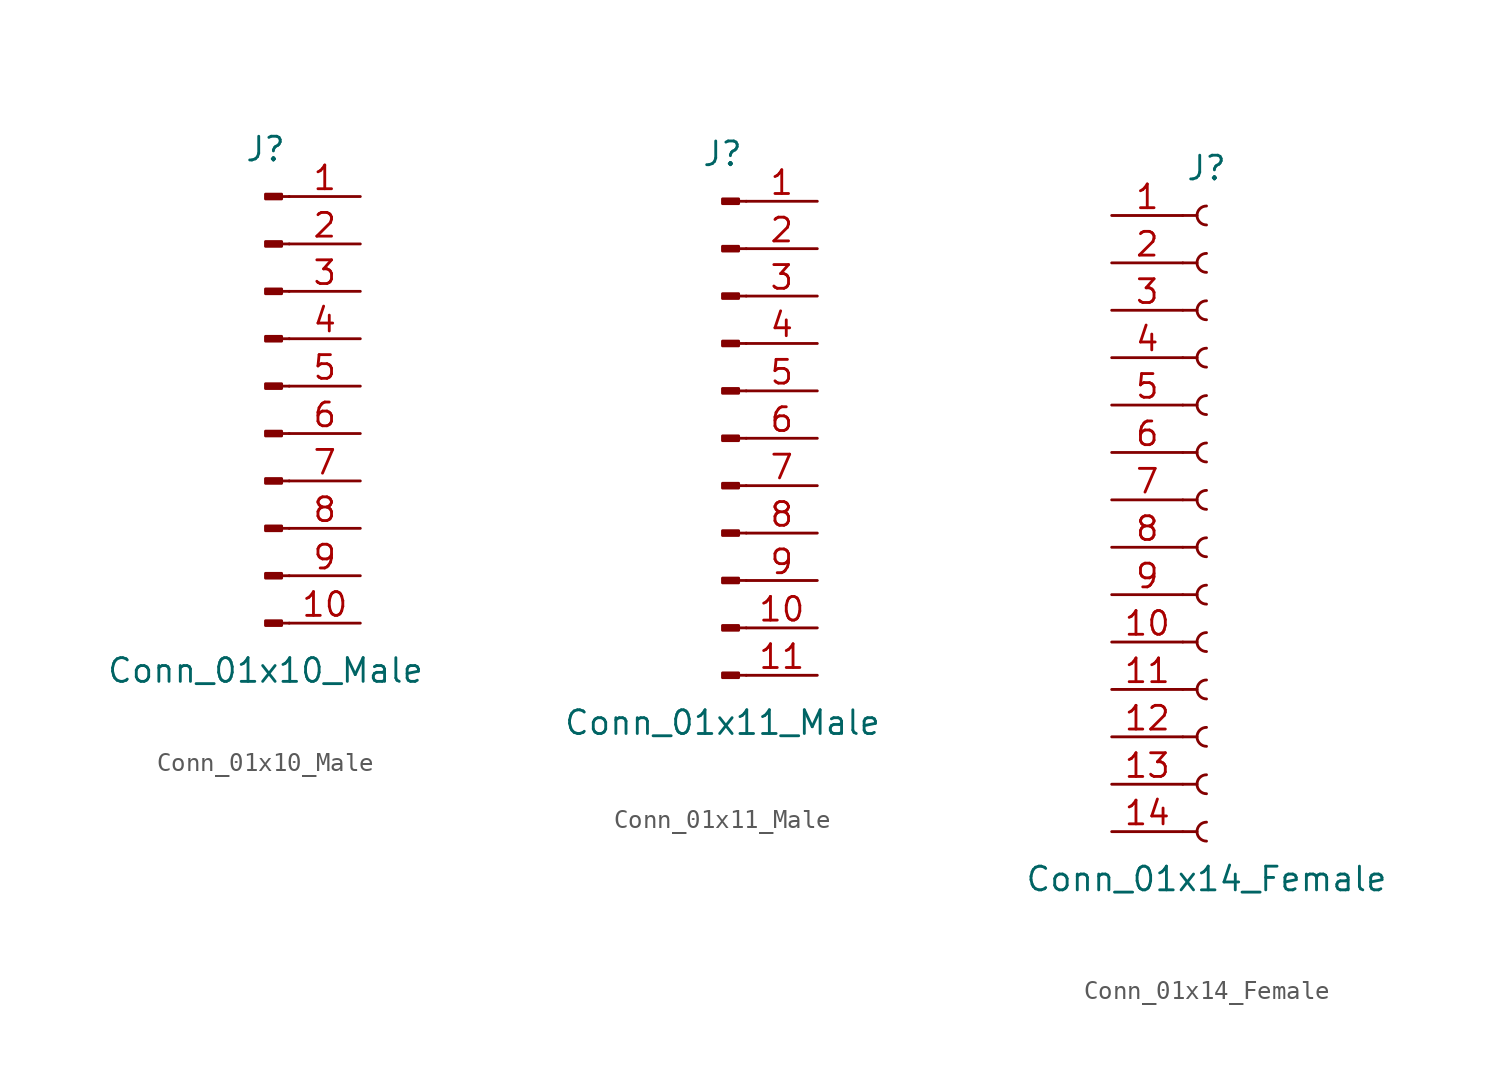
<source format=kicad_sym>
(kicad_symbol_lib
  (version 20201005)
  (generator kicad_symbol_editor)
  (symbol "Connector:Conn_01x10_Male"
    (pin_names
      (offset 1.016) hide)
    (property "Reference" "J"
      (at 0 12.7 0)
      (effects (font (size 1.27 1.27))))
    (property "Value" "Conn_01x10_Male"
      (at 0 -15.24 0)
      (effects (font (size 1.27 1.27))))
    (symbol "Conn_01x10_Male_1_1"
      (rectangle (start 0.864 -12.573) (end 0 -12.827) (stroke (width 0.152)) (fill (type outline)))
      (rectangle (start 0.864 -10.033) (end 0 -10.287) (stroke (width 0.152)) (fill (type outline)))
      (rectangle (start 0.864 -7.493) (end 0 -7.747) (stroke (width 0.152)) (fill (type outline)))
      (rectangle (start 0.864 -4.953) (end 0 -5.207) (stroke (width 0.152)) (fill (type outline)))
      (rectangle (start 0.864 -2.413) (end 0 -2.667) (stroke (width 0.152)) (fill (type outline)))
      (rectangle (start 0.864 0.127) (end 0 -0.127) (stroke (width 0.152)) (fill (type outline)))
      (rectangle (start 0.864 2.667) (end 0 2.413) (stroke (width 0.152)) (fill (type outline)))
      (rectangle (start 0.864 5.207) (end 0 4.953) (stroke (width 0.152)) (fill (type outline)))
      (rectangle (start 0.864 7.747) (end 0 7.493) (stroke (width 0.152)) (fill (type outline)))
      (rectangle (start 0.864 10.287) (end 0 10.033) (stroke (width 0.152)) (fill (type outline)))
      (polyline (pts (xy 1.27 -12.7) (xy 0.864 -12.7)) (stroke (width 0.152)) (fill (type none)))
      (polyline (pts (xy 1.27 -10.16) (xy 0.864 -10.16)) (stroke (width 0.152)) (fill (type none)))
      (polyline (pts (xy 1.27 -7.62) (xy 0.864 -7.62)) (stroke (width 0.152)) (fill (type none)))
      (polyline (pts (xy 1.27 -5.08) (xy 0.864 -5.08)) (stroke (width 0.152)) (fill (type none)))
      (polyline (pts (xy 1.27 -2.54) (xy 0.864 -2.54)) (stroke (width 0.152)) (fill (type none)))
      (polyline (pts (xy 1.27 0) (xy 0.864 0)) (stroke (width 0.152)) (fill (type none)))
      (polyline (pts (xy 1.27 2.54) (xy 0.864 2.54)) (stroke (width 0.152)) (fill (type none)))
      (polyline (pts (xy 1.27 5.08) (xy 0.864 5.08)) (stroke (width 0.152)) (fill (type none)))
      (polyline (pts (xy 1.27 7.62) (xy 0.864 7.62)) (stroke (width 0.152)) (fill (type none)))
      (polyline (pts (xy 1.27 10.16) (xy 0.864 10.16)) (stroke (width 0.152)) (fill (type none)))
      (pin passive line (at 5.08 10.16 180) (length 3.81) (name "Pin_1" (effects (font (size 1.27 1.27)))) (number "1" (effects (font (size 1.27 1.27)))))
      (pin passive line (at 5.08 -12.7 180) (length 3.81) (name "Pin_10" (effects (font (size 1.27 1.27)))) (number "10" (effects (font (size 1.27 1.27)))))
      (pin passive line (at 5.08 7.62 180) (length 3.81) (name "Pin_2" (effects (font (size 1.27 1.27)))) (number "2" (effects (font (size 1.27 1.27)))))
      (pin passive line (at 5.08 5.08 180) (length 3.81) (name "Pin_3" (effects (font (size 1.27 1.27)))) (number "3" (effects (font (size 1.27 1.27)))))
      (pin passive line (at 5.08 2.54 180) (length 3.81) (name "Pin_4" (effects (font (size 1.27 1.27)))) (number "4" (effects (font (size 1.27 1.27)))))
      (pin passive line (at 5.08 0 180) (length 3.81) (name "Pin_5" (effects (font (size 1.27 1.27)))) (number "5" (effects (font (size 1.27 1.27)))))
      (pin passive line (at 5.08 -2.54 180) (length 3.81) (name "Pin_6" (effects (font (size 1.27 1.27)))) (number "6" (effects (font (size 1.27 1.27)))))
      (pin passive line (at 5.08 -5.08 180) (length 3.81) (name "Pin_7" (effects (font (size 1.27 1.27)))) (number "7" (effects (font (size 1.27 1.27)))))
      (pin passive line (at 5.08 -7.62 180) (length 3.81) (name "Pin_8" (effects (font (size 1.27 1.27)))) (number "8" (effects (font (size 1.27 1.27)))))
      (pin passive line (at 5.08 -10.16 180) (length 3.81) (name "Pin_9" (effects (font (size 1.27 1.27)))) (number "9" (effects (font (size 1.27 1.27)))))))
  (symbol "Connector:Conn_01x11_Male"
    (pin_names
      (offset 1.016) hide)
    (property "Reference" "J"
      (at 0 15.24 0)
      (effects (font (size 1.27 1.27))))
    (property "Value" "Conn_01x11_Male"
      (at 0 -15.24 0)
      (effects (font (size 1.27 1.27))))
    (symbol "Conn_01x11_Male_1_1"
      (rectangle (start 0.864 -12.573) (end 0 -12.827) (stroke (width 0.152)) (fill (type outline)))
      (rectangle (start 0.864 -10.033) (end 0 -10.287) (stroke (width 0.152)) (fill (type outline)))
      (rectangle (start 0.864 -7.493) (end 0 -7.747) (stroke (width 0.152)) (fill (type outline)))
      (rectangle (start 0.864 -4.953) (end 0 -5.207) (stroke (width 0.152)) (fill (type outline)))
      (rectangle (start 0.864 -2.413) (end 0 -2.667) (stroke (width 0.152)) (fill (type outline)))
      (rectangle (start 0.864 0.127) (end 0 -0.127) (stroke (width 0.152)) (fill (type outline)))
      (rectangle (start 0.864 2.667) (end 0 2.413) (stroke (width 0.152)) (fill (type outline)))
      (rectangle (start 0.864 5.207) (end 0 4.953) (stroke (width 0.152)) (fill (type outline)))
      (rectangle (start 0.864 7.747) (end 0 7.493) (stroke (width 0.152)) (fill (type outline)))
      (rectangle (start 0.864 10.287) (end 0 10.033) (stroke (width 0.152)) (fill (type outline)))
      (rectangle (start 0.864 12.827) (end 0 12.573) (stroke (width 0.152)) (fill (type outline)))
      (polyline (pts (xy 1.27 -12.7) (xy 0.864 -12.7)) (stroke (width 0.152)) (fill (type none)))
      (polyline (pts (xy 1.27 -10.16) (xy 0.864 -10.16)) (stroke (width 0.152)) (fill (type none)))
      (polyline (pts (xy 1.27 -7.62) (xy 0.864 -7.62)) (stroke (width 0.152)) (fill (type none)))
      (polyline (pts (xy 1.27 -5.08) (xy 0.864 -5.08)) (stroke (width 0.152)) (fill (type none)))
      (polyline (pts (xy 1.27 -2.54) (xy 0.864 -2.54)) (stroke (width 0.152)) (fill (type none)))
      (polyline (pts (xy 1.27 0) (xy 0.864 0)) (stroke (width 0.152)) (fill (type none)))
      (polyline (pts (xy 1.27 2.54) (xy 0.864 2.54)) (stroke (width 0.152)) (fill (type none)))
      (polyline (pts (xy 1.27 5.08) (xy 0.864 5.08)) (stroke (width 0.152)) (fill (type none)))
      (polyline (pts (xy 1.27 7.62) (xy 0.864 7.62)) (stroke (width 0.152)) (fill (type none)))
      (polyline (pts (xy 1.27 10.16) (xy 0.864 10.16)) (stroke (width 0.152)) (fill (type none)))
      (polyline (pts (xy 1.27 12.7) (xy 0.864 12.7)) (stroke (width 0.152)) (fill (type none)))
      (pin passive line (at 5.08 12.7 180) (length 3.81) (name "Pin_1" (effects (font (size 1.27 1.27)))) (number "1" (effects (font (size 1.27 1.27)))))
      (pin passive line (at 5.08 -10.16 180) (length 3.81) (name "Pin_10" (effects (font (size 1.27 1.27)))) (number "10" (effects (font (size 1.27 1.27)))))
      (pin passive line (at 5.08 -12.7 180) (length 3.81) (name "Pin_11" (effects (font (size 1.27 1.27)))) (number "11" (effects (font (size 1.27 1.27)))))
      (pin passive line (at 5.08 10.16 180) (length 3.81) (name "Pin_2" (effects (font (size 1.27 1.27)))) (number "2" (effects (font (size 1.27 1.27)))))
      (pin passive line (at 5.08 7.62 180) (length 3.81) (name "Pin_3" (effects (font (size 1.27 1.27)))) (number "3" (effects (font (size 1.27 1.27)))))
      (pin passive line (at 5.08 5.08 180) (length 3.81) (name "Pin_4" (effects (font (size 1.27 1.27)))) (number "4" (effects (font (size 1.27 1.27)))))
      (pin passive line (at 5.08 2.54 180) (length 3.81) (name "Pin_5" (effects (font (size 1.27 1.27)))) (number "5" (effects (font (size 1.27 1.27)))))
      (pin passive line (at 5.08 0 180) (length 3.81) (name "Pin_6" (effects (font (size 1.27 1.27)))) (number "6" (effects (font (size 1.27 1.27)))))
      (pin passive line (at 5.08 -2.54 180) (length 3.81) (name "Pin_7" (effects (font (size 1.27 1.27)))) (number "7" (effects (font (size 1.27 1.27)))))
      (pin passive line (at 5.08 -5.08 180) (length 3.81) (name "Pin_8" (effects (font (size 1.27 1.27)))) (number "8" (effects (font (size 1.27 1.27)))))
      (pin passive line (at 5.08 -7.62 180) (length 3.81) (name "Pin_9" (effects (font (size 1.27 1.27)))) (number "9" (effects (font (size 1.27 1.27)))))))
  (symbol "Connector:Conn_01x14_Female"
    (pin_names
      (offset 1.016) hide)
    (property "Reference" "J"
      (at 0 17.78 0)
      (effects (font (size 1.27 1.27))))
    (property "Value" "Conn_01x14_Female"
      (at 0 -20.32 0)
      (effects (font (size 1.27 1.27))))
    (symbol "Conn_01x14_Female_1_1"
      (arc (start 0 -17.272) (end 0 -18.288) (radius (at 0 -17.78) (length 0.508) (angles 90.1 -90.1)) (stroke (width 0.1524)) (fill (type none)))
      (arc (start 0 -14.732) (end 0 -15.748) (radius (at 0 -15.24) (length 0.508) (angles 90.1 -90.1)) (stroke (width 0.1524)) (fill (type none)))
      (arc (start 0 -12.192) (end 0 -13.208) (radius (at 0 -12.7) (length 0.508) (angles 90.1 -90.1)) (stroke (width 0.1524)) (fill (type none)))
      (arc (start 0 -9.652) (end 0 -10.668) (radius (at 0 -10.16) (length 0.508) (angles 90.1 -90.1)) (stroke (width 0.1524)) (fill (type none)))
      (arc (start 0 -7.112) (end 0 -8.128) (radius (at 0 -7.62) (length 0.508) (angles 90.1 -90.1)) (stroke (width 0.1524)) (fill (type none)))
      (arc (start 0 -4.572) (end 0 -5.588) (radius (at 0 -5.08) (length 0.508) (angles 90.1 -90.1)) (stroke (width 0.1524)) (fill (type none)))
      (arc (start 0 -2.032) (end 0 -3.048) (radius (at 0 -2.54) (length 0.508) (angles 90.1 -90.1)) (stroke (width 0.1524)) (fill (type none)))
      (arc (start 0 0.508) (end 0 -0.508) (radius (at 0 0) (length 0.508) (angles 90.1 -90.1)) (stroke (width 0.1524)) (fill (type none)))
      (arc (start 0 3.048) (end 0 2.032) (radius (at 0 2.54) (length 0.508) (angles 90.1 -90.1)) (stroke (width 0.1524)) (fill (type none)))
      (arc (start 0 5.588) (end 0 4.572) (radius (at 0 5.08) (length 0.508) (angles 90.1 -90.1)) (stroke (width 0.1524)) (fill (type none)))
      (arc (start 0 8.128) (end 0 7.112) (radius (at 0 7.62) (length 0.508) (angles 90.1 -90.1)) (stroke (width 0.1524)) (fill (type none)))
      (arc (start 0 10.668) (end 0 9.652) (radius (at 0 10.16) (length 0.508) (angles 90.1 -90.1)) (stroke (width 0.1524)) (fill (type none)))
      (arc (start 0 13.208) (end 0 12.192) (radius (at 0 12.7) (length 0.508) (angles 90.1 -90.1)) (stroke (width 0.1524)) (fill (type none)))
      (arc (start 0 15.748) (end 0 14.732) (radius (at 0 15.24) (length 0.508) (angles 90.1 -90.1)) (stroke (width 0.1524)) (fill (type none)))
      (polyline (pts (xy -1.27 -17.78) (xy -0.508 -17.78)) (stroke (width 0.152)) (fill (type none)))
      (polyline (pts (xy -1.27 -15.24) (xy -0.508 -15.24)) (stroke (width 0.152)) (fill (type none)))
      (polyline (pts (xy -1.27 -12.7) (xy -0.508 -12.7)) (stroke (width 0.152)) (fill (type none)))
      (polyline (pts (xy -1.27 -10.16) (xy -0.508 -10.16)) (stroke (width 0.152)) (fill (type none)))
      (polyline (pts (xy -1.27 -7.62) (xy -0.508 -7.62)) (stroke (width 0.152)) (fill (type none)))
      (polyline (pts (xy -1.27 -5.08) (xy -0.508 -5.08)) (stroke (width 0.152)) (fill (type none)))
      (polyline (pts (xy -1.27 -2.54) (xy -0.508 -2.54)) (stroke (width 0.152)) (fill (type none)))
      (polyline (pts (xy -1.27 0) (xy -0.508 0)) (stroke (width 0.152)) (fill (type none)))
      (polyline (pts (xy -1.27 2.54) (xy -0.508 2.54)) (stroke (width 0.152)) (fill (type none)))
      (polyline (pts (xy -1.27 5.08) (xy -0.508 5.08)) (stroke (width 0.152)) (fill (type none)))
      (polyline (pts (xy -1.27 7.62) (xy -0.508 7.62)) (stroke (width 0.152)) (fill (type none)))
      (polyline (pts (xy -1.27 10.16) (xy -0.508 10.16)) (stroke (width 0.152)) (fill (type none)))
      (polyline (pts (xy -1.27 12.7) (xy -0.508 12.7)) (stroke (width 0.152)) (fill (type none)))
      (polyline (pts (xy -1.27 15.24) (xy -0.508 15.24)) (stroke (width 0.152)) (fill (type none)))
      (pin passive line (at -5.08 15.24 0) (length 3.81) (name "Pin_1" (effects (font (size 1.27 1.27)))) (number "1" (effects (font (size 1.27 1.27)))))
      (pin passive line (at -5.08 -7.62 0) (length 3.81) (name "Pin_10" (effects (font (size 1.27 1.27)))) (number "10" (effects (font (size 1.27 1.27)))))
      (pin passive line (at -5.08 -10.16 0) (length 3.81) (name "Pin_11" (effects (font (size 1.27 1.27)))) (number "11" (effects (font (size 1.27 1.27)))))
      (pin passive line (at -5.08 -12.7 0) (length 3.81) (name "Pin_12" (effects (font (size 1.27 1.27)))) (number "12" (effects (font (size 1.27 1.27)))))
      (pin passive line (at -5.08 -15.24 0) (length 3.81) (name "Pin_13" (effects (font (size 1.27 1.27)))) (number "13" (effects (font (size 1.27 1.27)))))
      (pin passive line (at -5.08 -17.78 0) (length 3.81) (name "Pin_14" (effects (font (size 1.27 1.27)))) (number "14" (effects (font (size 1.27 1.27)))))
      (pin passive line (at -5.08 12.7 0) (length 3.81) (name "Pin_2" (effects (font (size 1.27 1.27)))) (number "2" (effects (font (size 1.27 1.27)))))
      (pin passive line (at -5.08 10.16 0) (length 3.81) (name "Pin_3" (effects (font (size 1.27 1.27)))) (number "3" (effects (font (size 1.27 1.27)))))
      (pin passive line (at -5.08 7.62 0) (length 3.81) (name "Pin_4" (effects (font (size 1.27 1.27)))) (number "4" (effects (font (size 1.27 1.27)))))
      (pin passive line (at -5.08 5.08 0) (length 3.81) (name "Pin_5" (effects (font (size 1.27 1.27)))) (number "5" (effects (font (size 1.27 1.27)))))
      (pin passive line (at -5.08 2.54 0) (length 3.81) (name "Pin_6" (effects (font (size 1.27 1.27)))) (number "6" (effects (font (size 1.27 1.27)))))
      (pin passive line (at -5.08 0 0) (length 3.81) (name "Pin_7" (effects (font (size 1.27 1.27)))) (number "7" (effects (font (size 1.27 1.27)))))
      (pin passive line (at -5.08 -2.54 0) (length 3.81) (name "Pin_8" (effects (font (size 1.27 1.27)))) (number "8" (effects (font (size 1.27 1.27)))))
      (pin passive line (at -5.08 -5.08 0) (length 3.81) (name "Pin_9" (effects (font (size 1.27 1.27)))) (number "9" (effects (font (size 1.27 1.27))))))))
</source>
